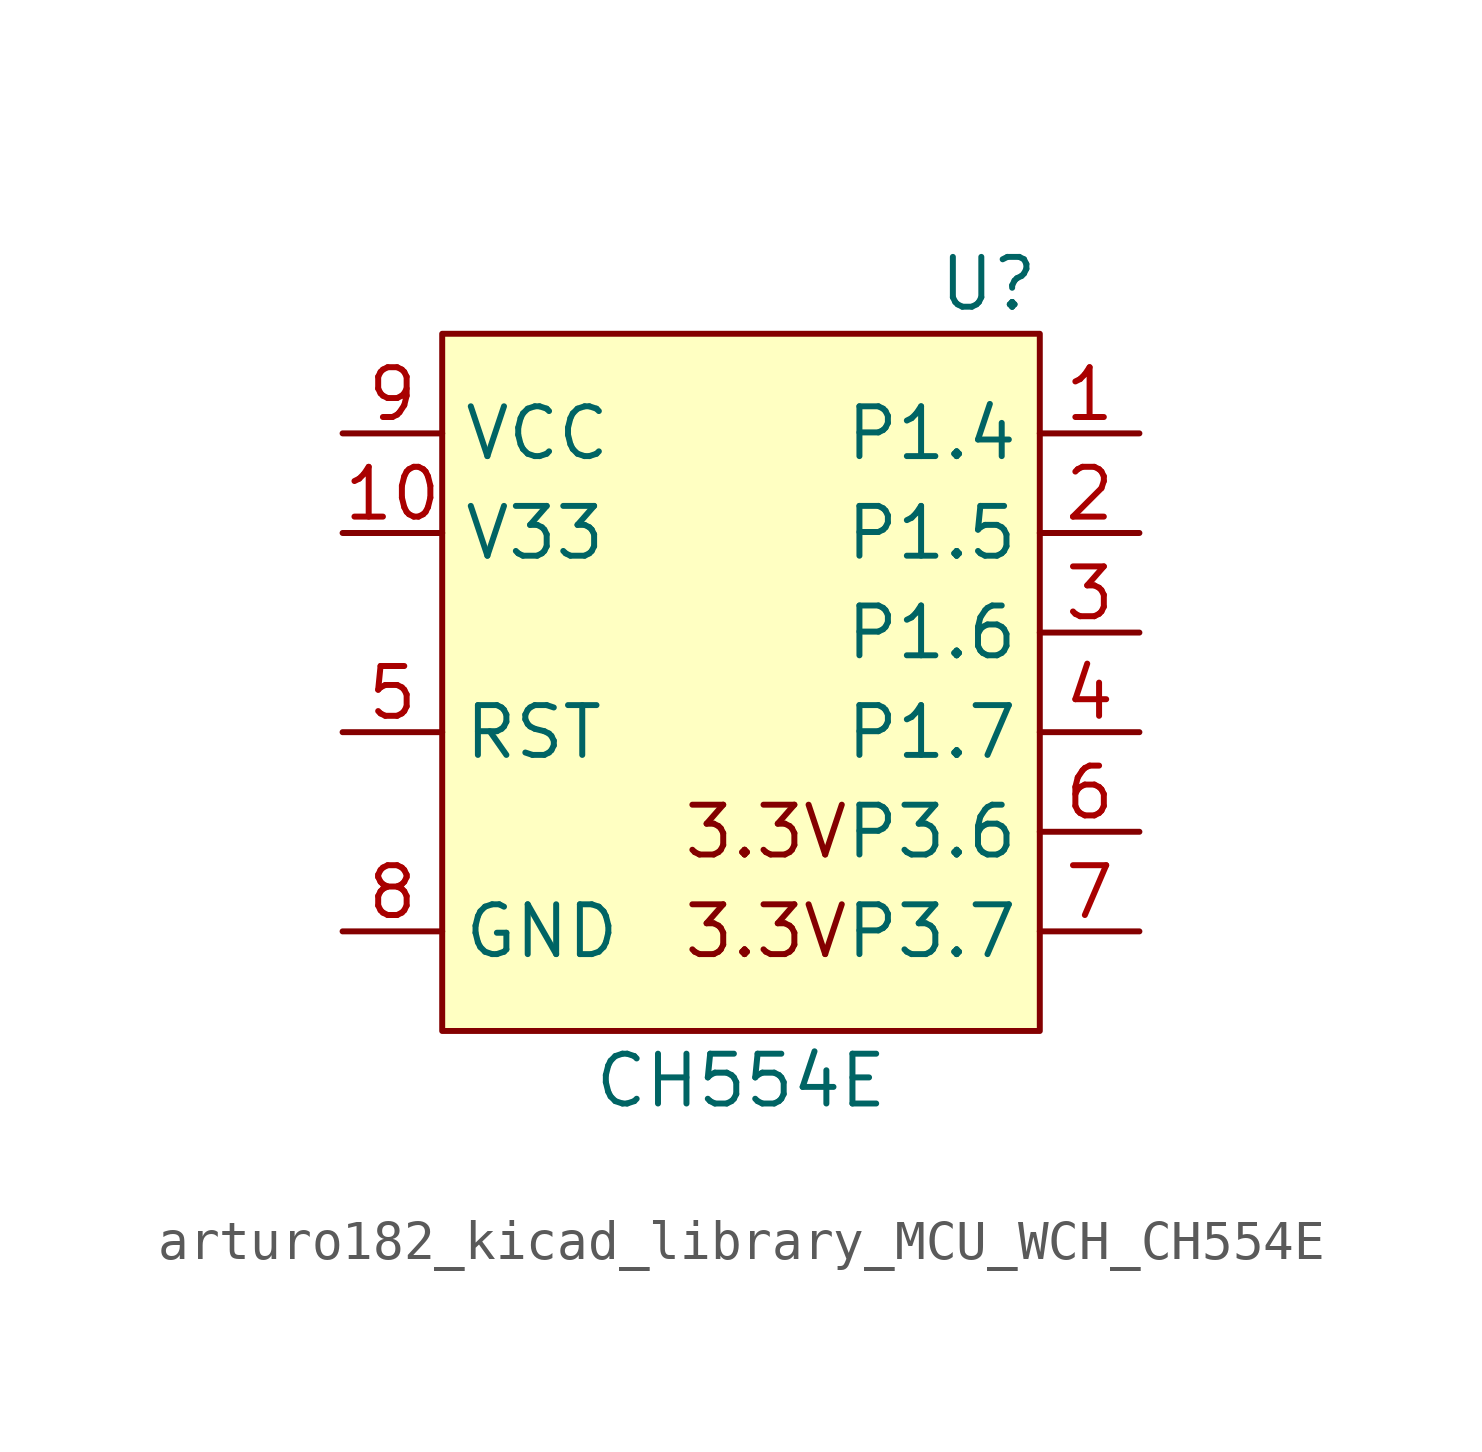
<source format=kicad_sym>
(kicad_symbol_lib
  (version 20220914)
  (generator kicad_symbol_editor)
  (symbol "MCU_WCH:arturo182_kicad_library_MCU_WCH_CH554E"
    (property "Reference" "U"
      (at 7.62 11.43 0)
      (effects (font (size 1.27 1.27)) (justify right)))
    (property "Value" "CH554E"
      (at 0 -8.89 0)
      (effects (font (size 1.27 1.27))))
    (symbol "arturo182_kicad_library_MCU_WCH_CH554E_0_0"
      (text "3.3V" (at 0.635 -5.08 0) (effects (font (size 1.27 1.27))))
      (text "3.3V" (at 0.635 -2.54 0) (effects (font (size 1.27 1.27))))
      (pin bidirectional line (at 10.16 7.62 180) (length 2.54) (name "P1.4" (effects (font (size 1.27 1.27)))) (number "1" (effects (font (size 1.27 1.27)))) (alternate "AIN1" bidirectional line) (alternate "CAP1" bidirectional line) (alternate "SCS" bidirectional line) (alternate "T2" bidirectional line) (alternate "TIN2" bidirectional line) (alternate "UCC1" bidirectional line))
      (pin power_out line (at -10.16 5.08 0) (length 2.54) (name "V33" (effects (font (size 1.27 1.27)))) (number "10" (effects (font (size 1.27 1.27)))))
      (pin bidirectional line (at 10.16 5.08 180) (length 2.54) (name "P1.5" (effects (font (size 1.27 1.27)))) (number "2" (effects (font (size 1.27 1.27)))) (alternate "AIN2" bidirectional line) (alternate "MOSI" bidirectional line) (alternate "PWM1" bidirectional line) (alternate "TIN3" bidirectional line) (alternate "UCC2" bidirectional line))
      (pin bidirectional line (at 10.16 2.54 180) (length 2.54) (name "P1.6" (effects (font (size 1.27 1.27)))) (number "3" (effects (font (size 1.27 1.27)))) (alternate "MISO" bidirectional line) (alternate "RXD1" bidirectional line) (alternate "TIN4" bidirectional line))
      (pin bidirectional line (at 10.16 0 180) (length 2.54) (name "P1.7" (effects (font (size 1.27 1.27)))) (number "4" (effects (font (size 1.27 1.27)))) (alternate "SCK" bidirectional line) (alternate "TIN5" bidirectional line) (alternate "TXD1" bidirectional line))
      (pin bidirectional line (at -10.16 0 0) (length 2.54) (name "RST" (effects (font (size 1.27 1.27)))) (number "5" (effects (font (size 1.27 1.27)))))
      (pin bidirectional line (at 10.16 -2.54 180) (length 2.54) (name "P3.6" (effects (font (size 1.27 1.27)))) (number "6" (effects (font (size 1.27 1.27)))) (alternate "USB_D+" bidirectional line))
      (pin bidirectional line (at 10.16 -5.08 180) (length 2.54) (name "P3.7" (effects (font (size 1.27 1.27)))) (number "7" (effects (font (size 1.27 1.27)))) (alternate "USB_D-" bidirectional line))
      (pin power_in line (at -10.16 -5.08 0) (length 2.54) (name "GND" (effects (font (size 1.27 1.27)))) (number "8" (effects (font (size 1.27 1.27)))))
      (pin power_in line (at -10.16 7.62 0) (length 2.54) (name "VCC" (effects (font (size 1.27 1.27)))) (number "9" (effects (font (size 1.27 1.27))))))
    (symbol "arturo182_kicad_library_MCU_WCH_CH554E_0_1"
      (rectangle (start -7.62 10.16) (end 7.62 -7.62) (stroke (width 0.152)) (fill (type background))))))
</source>
